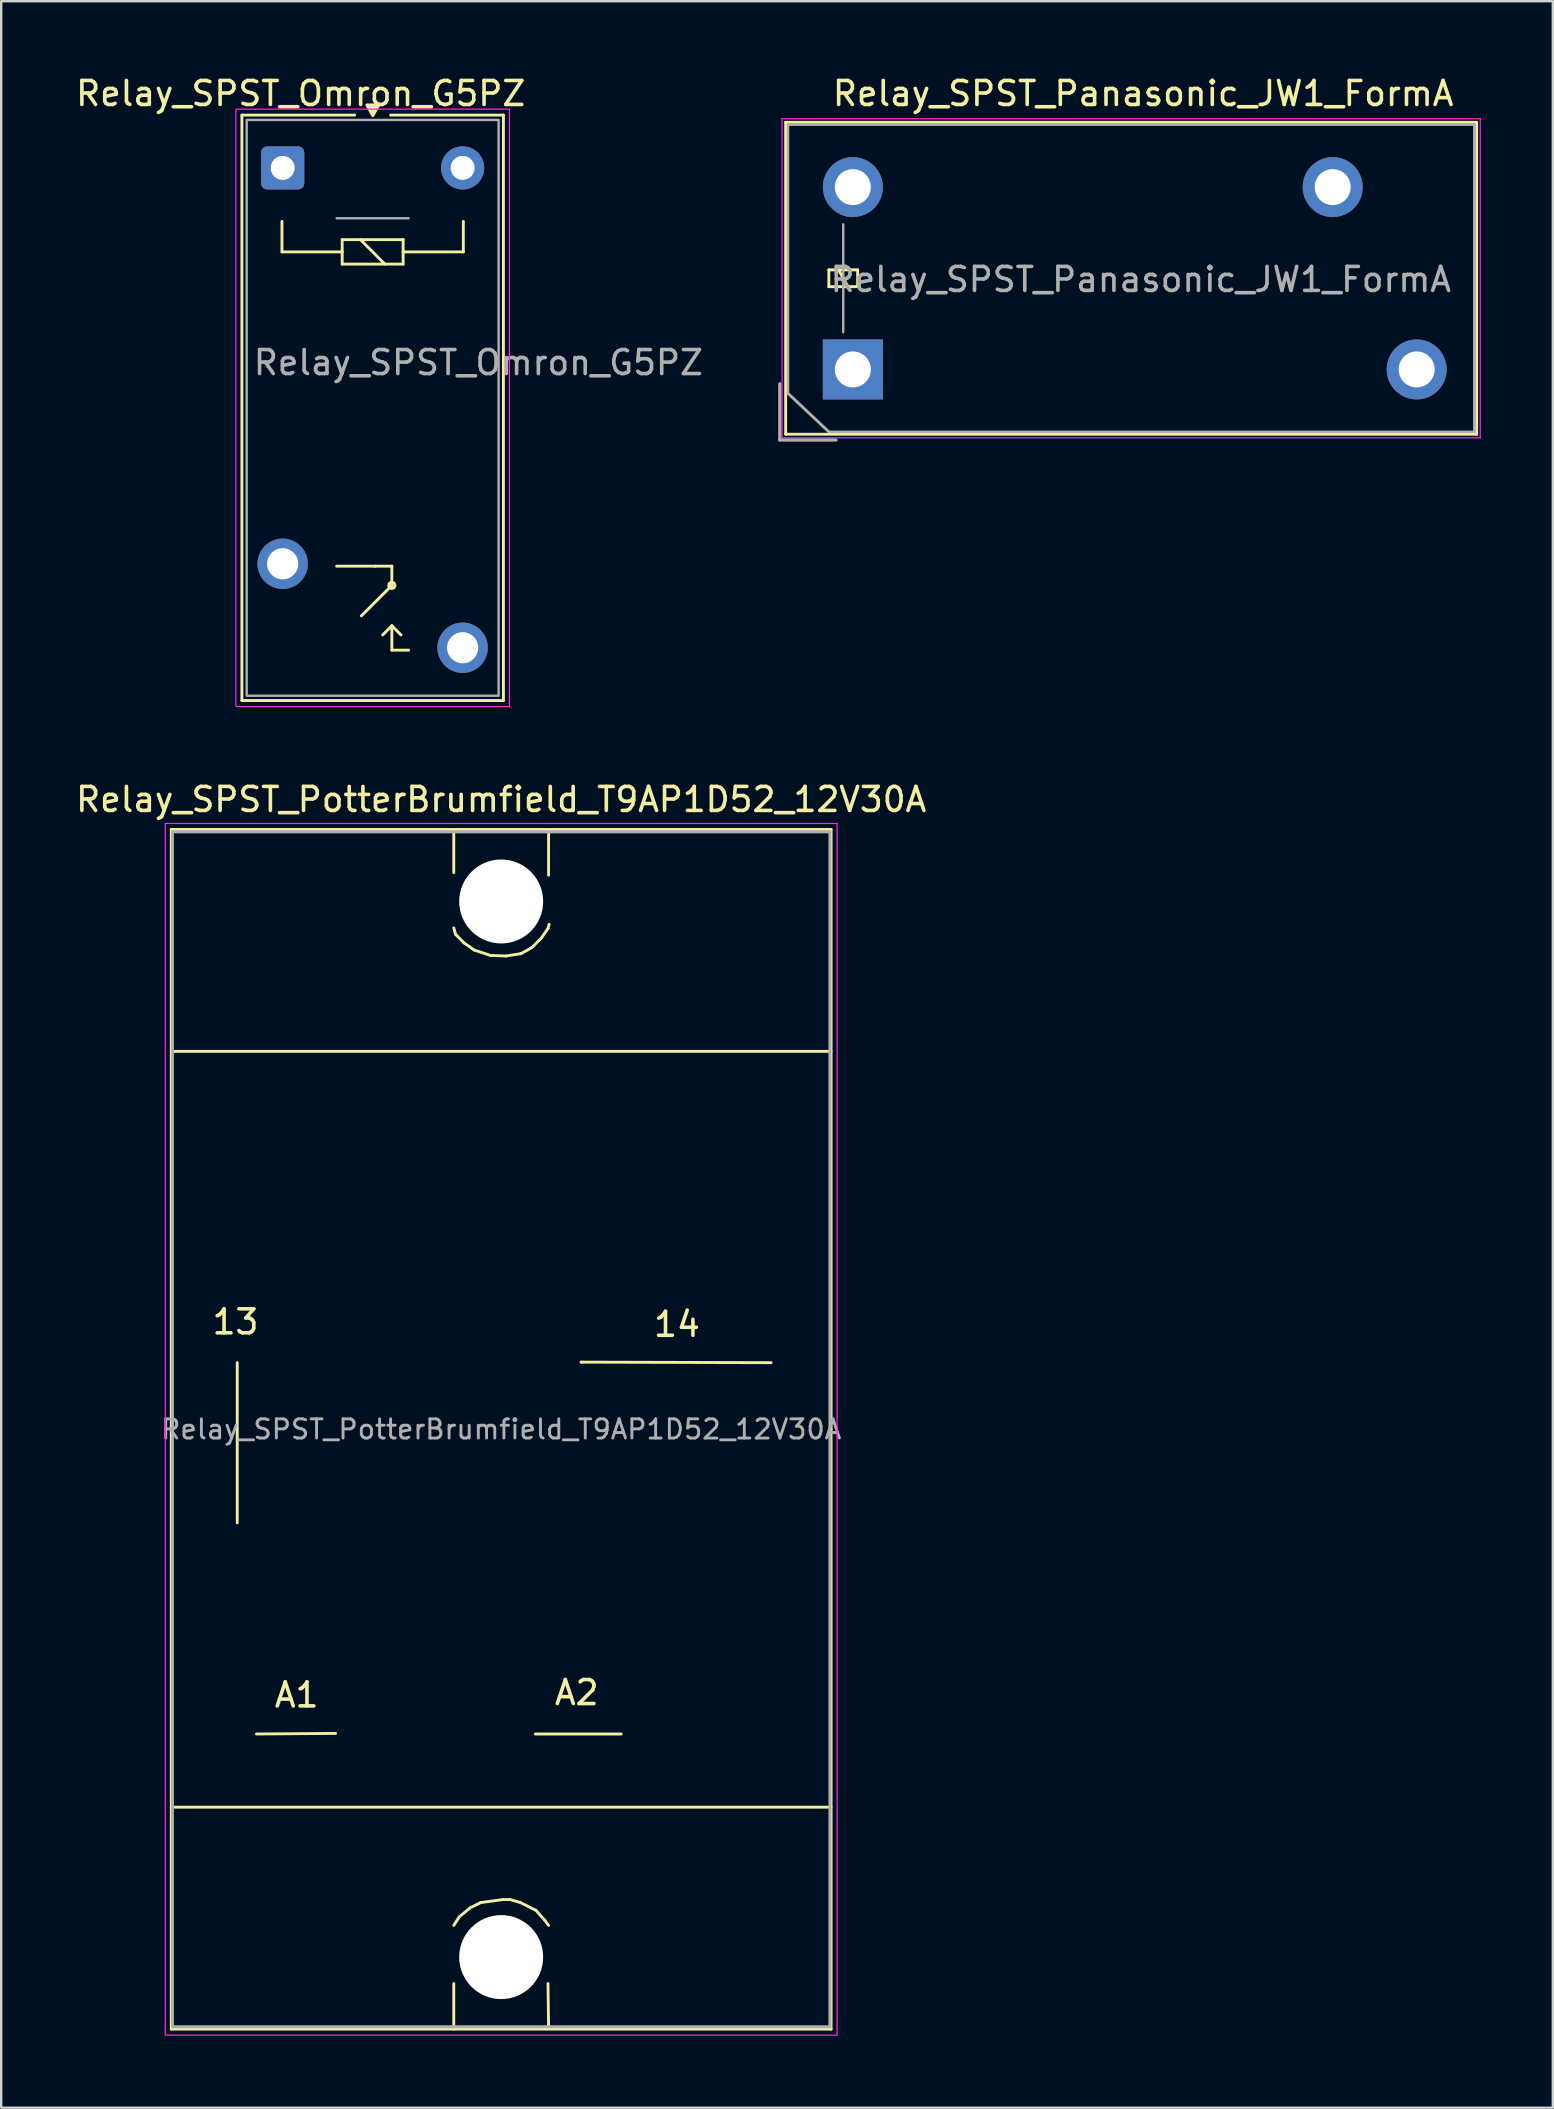
<source format=kicad_pcb>
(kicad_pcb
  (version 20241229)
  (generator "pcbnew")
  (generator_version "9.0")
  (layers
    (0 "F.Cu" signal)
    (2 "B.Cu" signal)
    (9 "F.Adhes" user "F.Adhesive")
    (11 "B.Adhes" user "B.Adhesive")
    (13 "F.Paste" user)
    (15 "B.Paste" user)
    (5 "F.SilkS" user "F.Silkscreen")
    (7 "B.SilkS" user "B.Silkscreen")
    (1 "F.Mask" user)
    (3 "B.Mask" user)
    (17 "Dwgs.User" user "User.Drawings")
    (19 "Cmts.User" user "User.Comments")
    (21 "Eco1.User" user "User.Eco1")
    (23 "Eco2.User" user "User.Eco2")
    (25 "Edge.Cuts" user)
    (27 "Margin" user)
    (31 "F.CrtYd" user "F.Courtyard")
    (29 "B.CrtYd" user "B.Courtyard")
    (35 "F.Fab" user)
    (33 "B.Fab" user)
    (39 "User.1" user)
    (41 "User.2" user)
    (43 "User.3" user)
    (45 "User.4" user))
  (footprint "Relay_SPST_Omron_G5PZ"
    (layer "F.Cu")
    (at 8.732 3.948)
    (property "Reference" "Relay_SPST_Omron_G5PZ" (at 0.75 -3.1 0) (unlocked yes) (layer "F.SilkS") (effects (font (size 1 1) (thickness 0.15))))
    (attr through_hole)
    (fp_line (start -1.7 -2.2) (end 3 -2.2) (stroke (width 0.12) (type default)) (layer "F.SilkS"))
    (fp_line (start -1.7 22.2) (end -1.7 -2.2) (stroke (width 0.12) (type default)) (layer "F.SilkS"))
    (fp_line (start -0.03 2.23) (end -0.03 3.5) (stroke (width 0.12) (type solid)) (layer "F.SilkS"))
    (fp_line (start -0.03 3.5) (end 2.48 3.5) (stroke (width 0.12) (type default)) (layer "F.SilkS"))
    (fp_line (start 2.25 16.6) (end 3.85 16.6) (stroke (width 0.12) (type default)) (layer "F.SilkS"))
    (fp_line (start 2.48 2.99) (end 5.02 2.99) (stroke (width 0.12) (type solid)) (layer "F.SilkS"))
    (fp_line (start 2.48 3.5) (end 2.48 2.99) (stroke (width 0.12) (type solid)) (layer "F.SilkS"))
    (fp_line (start 2.48 4.01) (end 2.48 3.5) (stroke (width 0.12) (type solid)) (layer "F.SilkS"))
    (fp_line (start 3.242 2.99) (end 4.258 4.01) (stroke (width 0.12) (type solid)) (layer "F.SilkS"))
    (fp_line (start 4.55 16.6) (end 3.85 16.6) (stroke (width 0.12) (type default)) (layer "F.SilkS"))
    (fp_line (start 4.55 17.4) (end 3.28 18.67) (stroke (width 0.12) (type solid)) (layer "F.SilkS"))
    (fp_line (start 4.55 17.4) (end 4.55 16.6) (stroke (width 0.12) (type default)) (layer "F.SilkS"))
    (fp_line (start 4.55 19.084) (end 4.169 19.465) (stroke (width 0.12) (type solid)) (layer "F.SilkS"))
    (fp_line (start 4.55 19.084) (end 4.55 20.1) (stroke (width 0.12) (type solid)) (layer "F.SilkS"))
    (fp_line (start 4.55 19.084) (end 4.931 19.465) (stroke (width 0.12) (type solid)) (layer "F.SilkS"))
    (fp_line (start 5.02 2.99) (end 5.02 3.5) (stroke (width 0.12) (type solid)) (layer "F.SilkS"))
    (fp_line (start 5.02 3.5) (end 5.02 4.01) (stroke (width 0.12) (type solid)) (layer "F.SilkS"))
    (fp_line (start 5.02 3.5) (end 7.53 3.5) (stroke (width 0.12) (type default)) (layer "F.SilkS"))
    (fp_line (start 5.02 4.01) (end 2.48 4.01) (stroke (width 0.12) (type solid)) (layer "F.SilkS"))
    (fp_line (start 5.25 20.1) (end 4.55 20.1) (stroke (width 0.12) (type solid)) (layer "F.SilkS"))
    (fp_line (start 7.53 3.5) (end 7.53 2.23) (stroke (width 0.12) (type solid)) (layer "F.SilkS"))
    (fp_line (start 9.2 -2.2) (end 4.5 -2.2) (stroke (width 0.12) (type default)) (layer "F.SilkS"))
    (fp_line (start 9.2 -2.2) (end 9.2 22.2) (stroke (width 0.12) (type default)) (layer "F.SilkS"))
    (fp_line (start 9.2 22.2) (end -1.7 22.2) (stroke (width 0.12) (type default)) (layer "F.SilkS"))
    (fp_circle (center 4.55 17.4) (end 4.68 17.4) (stroke (width 0.12) (type solid)) (fill no) (layer "F.SilkS"))
    (fp_poly (pts (xy 3.756 -2.175) (xy 3.506 -2.625) (xy 4.006 -2.625) (xy 3.756 -2.175)) (stroke (width 0.12) (type solid)) (fill yes) (layer "F.SilkS"))
    (fp_rect (start -1.95 -2.45) (end 9.45 22.45) (stroke (width 0.05) (type default)) (fill no) (layer "F.CrtYd"))
    (fp_line (start 2.25 2.1) (end 5.25 2.1) (stroke (width 0.1) (type default)) (layer "F.Fab"))
    (fp_rect (start -1.5 -2) (end 9 22) (stroke (width 0.1) (type default)) (fill no) (layer "F.Fab"))
    (fp_text user "${REFERENCE}" (at -1.3 8.7 0) (unlocked yes) (layer "F.Fab") (effects (font (size 1 1) (thickness 0.15)) (justify left bottom)))
    (pad "13" thru_hole circle (at 0 16.5 90) (size 2.1 2.1) (drill 1.3) (layers "*.Cu" "*.Mask"))
    (pad "14" thru_hole circle (at 7.5 20 90) (size 2.1 2.1) (drill 1.3) (layers "*.Cu" "*.Mask"))
    (pad "A1" thru_hole roundrect (at 0 0 90) (size 1.8 1.8) (drill 1) (layers "*.Cu" "*.Mask") (roundrect_rratio 0.139))
    (pad "A2" thru_hole circle (at 7.5 0 90) (size 1.8 1.8) (drill 1) (layers "*.Cu" "*.Mask")))
  (footprint "Relay_SPST_PotterBrumfield_T9AP1D52_12V30A"
    (layer "F.Cu")
    (at 17.839 34.523)
    (property "Reference" "Relay_SPST_PotterBrumfield_T9AP1D52_12V30A" (at 0 -4.251 0) (layer "F.SilkS") (effects (font (size 1 1) (thickness 0.15))))
    (attr through_hole)
    (fp_line (start -13.749 -3.002) (end -13.749 47) (stroke (width 0.12) (type solid)) (layer "F.SilkS"))
    (fp_line (start -13.749 6.248) (end 13.749 6.248) (stroke (width 0.12) (type solid)) (layer "F.SilkS"))
    (fp_line (start -13.749 47) (end 13.749 47) (stroke (width 0.12) (type solid)) (layer "F.SilkS"))
    (fp_line (start -11.001 19.223) (end -11.001 25.898) (stroke (width 0.12) (type solid)) (layer "F.SilkS"))
    (fp_line (start -6.901 34.674) (end -10.201 34.699) (stroke (width 0.12) (type solid)) (layer "F.SilkS"))
    (fp_line (start -1.976 -1.201) (end -1.976 -3.002) (stroke (width 0.12) (type solid)) (layer "F.SilkS"))
    (fp_line (start -1.976 1.1) (end -1.9 1.374) (stroke (width 0.12) (type solid)) (layer "F.SilkS"))
    (fp_line (start -1.976 45.098) (end -1.976 47) (stroke (width 0.12) (type solid)) (layer "F.SilkS"))
    (fp_line (start -1.9 1.374) (end -1.549 1.725) (stroke (width 0.12) (type solid)) (layer "F.SilkS"))
    (fp_line (start -1.75 42.324) (end -1.976 42.675) (stroke (width 0.12) (type solid)) (layer "F.SilkS"))
    (fp_line (start -1.549 1.725) (end -1.125 2.024) (stroke (width 0.12) (type solid)) (layer "F.SilkS"))
    (fp_line (start -1.3 41.948) (end -1.75 42.324) (stroke (width 0.12) (type solid)) (layer "F.SilkS"))
    (fp_line (start -1.125 2.024) (end -0.45 2.248) (stroke (width 0.12) (type solid)) (layer "F.SilkS"))
    (fp_line (start -0.851 41.725) (end -1.3 41.948) (stroke (width 0.12) (type solid)) (layer "F.SilkS"))
    (fp_line (start -0.45 2.248) (end 0.201 2.273) (stroke (width 0.12) (type solid)) (layer "F.SilkS"))
    (fp_line (start 0.076 41.6) (end -0.851 41.725) (stroke (width 0.12) (type solid)) (layer "F.SilkS"))
    (fp_line (start 0.201 2.273) (end 0.826 2.174) (stroke (width 0.12) (type solid)) (layer "F.SilkS"))
    (fp_line (start 0.376 41.6) (end 0.076 41.6) (stroke (width 0.12) (type solid)) (layer "F.SilkS"))
    (fp_line (start 0.8 41.725) (end 0.376 41.6) (stroke (width 0.12) (type solid)) (layer "F.SilkS"))
    (fp_line (start 0.826 2.174) (end 1.275 1.923) (stroke (width 0.12) (type solid)) (layer "F.SilkS"))
    (fp_line (start 1.275 1.923) (end 1.674 1.524) (stroke (width 0.12) (type solid)) (layer "F.SilkS"))
    (fp_line (start 1.425 34.699) (end 5.001 34.699) (stroke (width 0.12) (type solid)) (layer "F.SilkS"))
    (fp_line (start 1.45 42.05) (end 0.8 41.725) (stroke (width 0.12) (type solid)) (layer "F.SilkS"))
    (fp_line (start 1.674 1.524) (end 1.951 1.123) (stroke (width 0.12) (type solid)) (layer "F.SilkS"))
    (fp_line (start 1.826 42.474) (end 1.45 42.05) (stroke (width 0.12) (type solid)) (layer "F.SilkS"))
    (fp_line (start 1.951 1.123) (end 1.999 0.95) (stroke (width 0.12) (type solid)) (layer "F.SilkS"))
    (fp_line (start 1.951 45.098) (end 1.976 46.975) (stroke (width 0.12) (type solid)) (layer "F.SilkS"))
    (fp_line (start 1.976 -1.1) (end 1.976 -3.002) (stroke (width 0.12) (type solid)) (layer "F.SilkS"))
    (fp_line (start 1.976 42.675) (end 1.826 42.474) (stroke (width 0.12) (type solid)) (layer "F.SilkS"))
    (fp_line (start 3.35 19.2) (end 3.325 19.2) (stroke (width 0.12) (type solid)) (layer "F.SilkS"))
    (fp_line (start 11.25 19.223) (end 3.35 19.2) (stroke (width 0.12) (type solid)) (layer "F.SilkS"))
    (fp_line (start 13.749 -3.002) (end -13.749 -3.002) (stroke (width 0.12) (type solid)) (layer "F.SilkS"))
    (fp_line (start 13.749 21.999) (end 13.749 -3.002) (stroke (width 0.12) (type solid)) (layer "F.SilkS"))
    (fp_line (start 13.749 37.749) (end -13.749 37.749) (stroke (width 0.12) (type solid)) (layer "F.SilkS"))
    (fp_line (start 13.749 47) (end 13.749 21.999) (stroke (width 0.12) (type solid)) (layer "F.SilkS"))
    (fp_line (start -14 -3.25) (end -14 47.25) (stroke (width 0.05) (type solid)) (layer "F.CrtYd"))
    (fp_line (start -14 47.25) (end 14 47.25) (stroke (width 0.05) (type solid)) (layer "F.CrtYd"))
    (fp_line (start 14 -3.25) (end -14 -3.25) (stroke (width 0.05) (type solid)) (layer "F.CrtYd"))
    (fp_line (start 14 47.25) (end 14 -3.25) (stroke (width 0.05) (type solid)) (layer "F.CrtYd"))
    (fp_line (start -13.7 -2.9) (end -13.7 46.9) (stroke (width 0.12) (type solid)) (layer "F.Fab"))
    (fp_line (start -13.7 46.9) (end 13.7 46.9) (stroke (width 0.12) (type solid)) (layer "F.Fab"))
    (fp_line (start 13.7 -2.9) (end -13.7 -2.9) (stroke (width 0.12) (type solid)) (layer "F.Fab"))
    (fp_line (start 13.7 46.9) (end 13.7 -2.9) (stroke (width 0.12) (type solid)) (layer "F.Fab"))
    (fp_text user "A2" (at 3.15 32.974 0) (layer "F.SilkS") (effects (font (size 1 1) (thickness 0.15))))
    (fp_text user "13" (at -11.074 17.523 0) (layer "F.SilkS") (effects (font (size 1 1) (thickness 0.15))))
    (fp_text user "A1" (at -8.524 33.073 0) (layer "F.SilkS") (effects (font (size 1 1) (thickness 0.15))))
    (fp_text user "14" (at 7.325 17.625 0) (layer "F.SilkS") (effects (font (size 1 1) (thickness 0.15))))
    (fp_text user "${REFERENCE}" (at 0 21.999 0) (layer "F.Fab") (effects (font (size 0.8 0.8) (thickness 0.12))))
    (pad "" np_thru_hole circle (at 0 0) (size 3.5 3.5) (drill 3.5) (layers "*.Cu" "*.Mask"))
    (pad "" np_thru_hole circle (at 0 43.998) (size 3.5 3.5) (drill 3.5) (layers "*.Cu" "*.Mask")))
  (footprint "Relay_SPST_Panasonic_JW1_FormA"
    (layer "F.Cu")
    (at 32.496 12.348)
    (property "Reference" "Relay_SPST_Panasonic_JW1_FormA" (at 12.1 -11.5 180) (layer "F.SilkS") (effects (font (size 1 1) (thickness 0.15))))
    (attr through_hole)
    (fp_line (start -3.04 2.94) (end -3.04 0.6) (stroke (width 0.12) (type solid)) (layer "F.SilkS"))
    (fp_line (start -2.8 -10.3) (end -2.8 2.7) (stroke (width 0.12) (type solid)) (layer "F.SilkS"))
    (fp_line (start -2.8 2.7) (end 26 2.7) (stroke (width 0.12) (type solid)) (layer "F.SilkS"))
    (fp_line (start -1 -4.15) (end -1 -3.45) (stroke (width 0.12) (type solid)) (layer "F.SilkS"))
    (fp_line (start -1 -3.45) (end 0.2 -3.45) (stroke (width 0.12) (type solid)) (layer "F.SilkS"))
    (fp_line (start -0.7 2.94) (end -3.04 2.94) (stroke (width 0.12) (type solid)) (layer "F.SilkS"))
    (fp_line (start -0.2 -3.45) (end -0.6 -4.15) (stroke (width 0.12) (type solid)) (layer "F.SilkS"))
    (fp_line (start 0.2 -4.15) (end -1 -4.15) (stroke (width 0.12) (type solid)) (layer "F.SilkS"))
    (fp_line (start 0.2 -3.45) (end 0.2 -4.15) (stroke (width 0.12) (type solid)) (layer "F.SilkS"))
    (fp_line (start 26 -10.3) (end -2.8 -10.3) (stroke (width 0.12) (type solid)) (layer "F.SilkS"))
    (fp_line (start 26 2.7) (end 26 -10.3) (stroke (width 0.12) (type solid)) (layer "F.SilkS"))
    (fp_line (start -2.95 -10.45) (end -2.95 2.85) (stroke (width 0.05) (type solid)) (layer "F.CrtYd"))
    (fp_line (start -2.95 2.85) (end 26.15 2.85) (stroke (width 0.05) (type solid)) (layer "F.CrtYd"))
    (fp_line (start 26.15 -10.45) (end -2.95 -10.45) (stroke (width 0.05) (type solid)) (layer "F.CrtYd"))
    (fp_line (start 26.15 2.85) (end 26.15 -10.45) (stroke (width 0.05) (type solid)) (layer "F.CrtYd"))
    (fp_line (start -3.04 2.94) (end -3.04 0.6) (stroke (width 0.1) (type solid)) (layer "F.Fab"))
    (fp_line (start -2.7 -10.2) (end -2.7 1) (stroke (width 0.1) (type solid)) (layer "F.Fab"))
    (fp_line (start -1 2.6) (end -2.7 1) (stroke (width 0.12) (type solid)) (layer "F.Fab"))
    (fp_line (start -1 2.6) (end 25.9 2.6) (stroke (width 0.1) (type solid)) (layer "F.Fab"))
    (fp_line (start -0.7 2.94) (end -3.04 2.94) (stroke (width 0.1) (type solid)) (layer "F.Fab"))
    (fp_line (start -0.4 -1.55) (end -0.4 -6.05) (stroke (width 0.1) (type solid)) (layer "F.Fab"))
    (fp_line (start 25.9 -10.2) (end -2.7 -10.2) (stroke (width 0.1) (type solid)) (layer "F.Fab"))
    (fp_line (start 25.9 2.6) (end 25.9 -10.2) (stroke (width 0.1) (type solid)) (layer "F.Fab"))
    (fp_text user "${REFERENCE}" (at 12 -3.75 180) (layer "F.Fab") (effects (font (size 1 1) (thickness 0.15))))
    (pad "1" thru_hole rect (at 0 0 90) (size 2.5 2.5) (drill 1.5) (layers "*.Cu" "*.Mask"))
    (pad "4" thru_hole oval (at 23.5 0 90) (size 2.5 2.5) (drill 1.5) (layers "*.Cu" "*.Mask"))
    (pad "6" thru_hole oval (at 20 -7.6 90) (size 2.5 2.5) (drill 1.5) (layers "*.Cu" "*.Mask"))
    (pad "8" thru_hole oval (at 0 -7.6 90) (size 2.5 2.5) (drill 1.5) (layers "*.Cu" "*.Mask")))
  (gr_rect
    (start -3 -3)
    (end 61.671 84.798)
    (stroke (width 0.1) (type default))
    (fill no)
    (layer "Edge.Cuts")))
</source>
